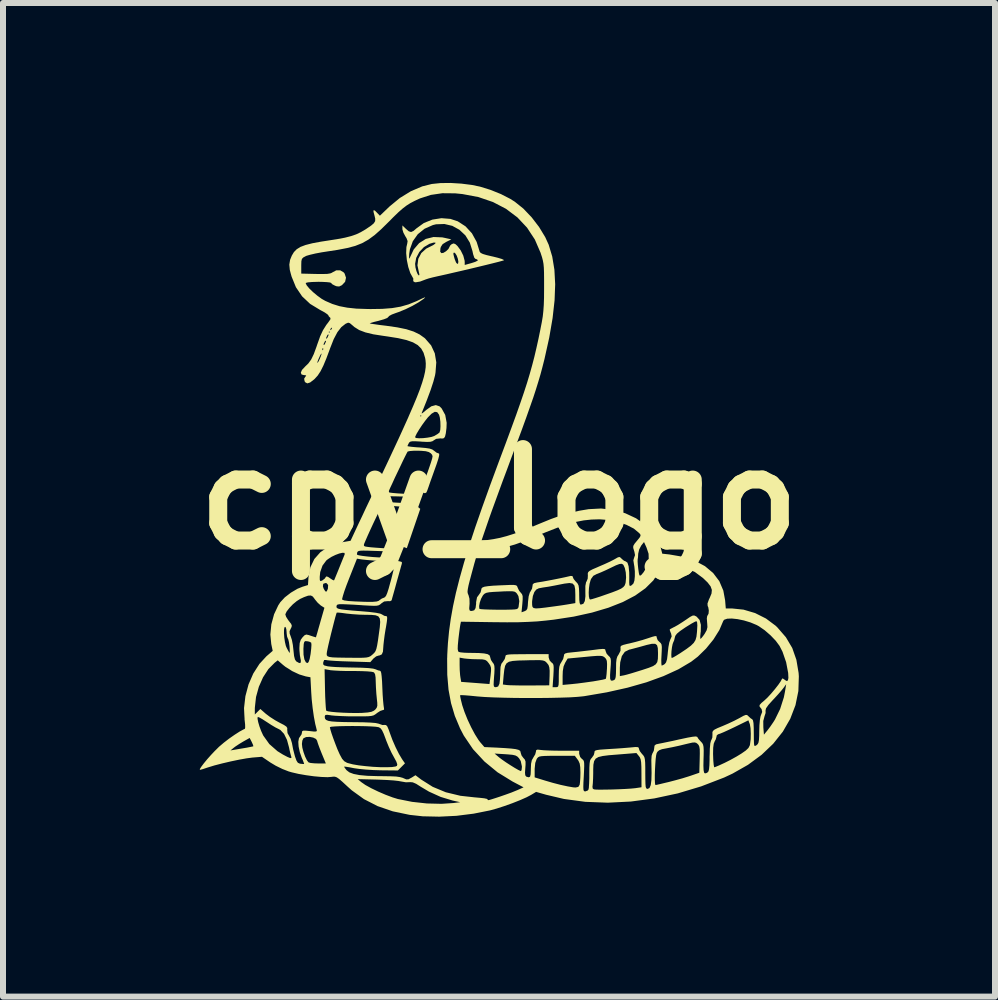
<source format=kicad_pcb>
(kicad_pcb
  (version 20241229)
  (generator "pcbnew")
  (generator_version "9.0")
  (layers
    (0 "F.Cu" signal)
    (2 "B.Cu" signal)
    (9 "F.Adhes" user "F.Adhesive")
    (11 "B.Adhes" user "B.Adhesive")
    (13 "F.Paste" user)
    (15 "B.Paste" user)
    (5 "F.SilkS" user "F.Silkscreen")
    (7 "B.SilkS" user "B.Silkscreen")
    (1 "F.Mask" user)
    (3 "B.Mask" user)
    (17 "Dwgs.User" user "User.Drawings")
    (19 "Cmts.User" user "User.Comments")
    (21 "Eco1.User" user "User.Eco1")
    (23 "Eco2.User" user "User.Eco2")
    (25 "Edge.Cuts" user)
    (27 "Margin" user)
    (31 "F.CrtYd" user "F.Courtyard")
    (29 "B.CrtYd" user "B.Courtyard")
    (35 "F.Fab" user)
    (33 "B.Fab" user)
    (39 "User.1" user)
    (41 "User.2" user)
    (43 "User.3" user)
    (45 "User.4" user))
  (footprint "cpy_logo"
    (layer "F.Cu")
    (at 5.269 5.271)
    (property "Reference" "cpy_logo" (at 0 0 0) (layer "F.SilkS") (effects (font (size 1.524 1.524) (thickness 0.3))))
    (attr board_only exclude_from_pos_files exclude_from_bom)
    (fp_poly (pts (xy -0.811 -4.672) (xy -0.689 -4.632) (xy -0.559 -4.548) (xy -0.452 -4.432) (xy -0.373 -4.288) (xy -0.33 -4.149) (xy -0.322 -4.123) (xy -0.304 -4.104) (xy -0.269 -4.087) (xy -0.209 -4.069) (xy -0.116 -4.047) (xy -0.105 -4.045) (xy -0.017 -4.023) (xy 0.046 -4.004) (xy 0.079 -3.988) (xy 0.081 -3.981) (xy 0.053 -3.973) (xy -0.009 -3.956) (xy -0.1 -3.933) (xy -0.213 -3.905) (xy -0.341 -3.874) (xy -0.478 -3.841) (xy -0.618 -3.808) (xy -0.753 -3.777) (xy -0.878 -3.748) (xy -0.986 -3.724) (xy -1.018 -3.717) (xy -1.101 -3.698) (xy -1.171 -3.68) (xy -1.216 -3.665) (xy -1.219 -3.664) (xy -1.317 -3.627) (xy -1.389 -3.615) (xy -1.405 -3.617) (xy -1.43 -3.633) (xy -1.43 -3.646) (xy -1.429 -3.679) (xy -1.437 -3.692) (xy -1.479 -3.768) (xy -1.513 -3.87) (xy -1.524 -3.923) (xy -1.399 -3.923) (xy -1.393 -3.863) (xy -1.377 -3.801) (xy -1.357 -3.752) (xy -1.337 -3.729) (xy -1.334 -3.728) (xy -1.327 -3.745) (xy -1.336 -3.783) (xy -1.36 -3.898) (xy -1.346 -4.007) (xy -1.304 -4.086) (xy -0.761 -4.086) (xy -0.751 -4.043) (xy -0.739 -4.001) (xy -0.717 -3.946) (xy -0.696 -3.921) (xy -0.682 -3.93) (xy -0.678 -3.96) (xy -0.687 -4.009) (xy -0.706 -4.061) (xy -0.73 -4.099) (xy -0.745 -4.11) (xy -0.759 -4.106) (xy -0.761 -4.086) (xy -1.304 -4.086) (xy -1.296 -4.102) (xy -1.214 -4.176) (xy -1.165 -4.201) (xy -1.097 -4.235) (xy -1.062 -4.261) (xy -1.06 -4.277) (xy -1.092 -4.277) (xy -1.158 -4.257) (xy -1.159 -4.257) (xy -1.252 -4.202) (xy -1.329 -4.12) (xy -1.381 -4.022) (xy -1.399 -3.923) (xy -1.524 -3.923) (xy -1.537 -3.986) (xy -1.541 -4.029) (xy -1.5 -4.029) (xy -1.497 -4.007) (xy -1.487 -4.025) (xy -1.487 -4.025) (xy -1.422 -4.163) (xy -1.332 -4.268) (xy -1.221 -4.338) (xy -1.092 -4.37) (xy -0.947 -4.364) (xy -0.912 -4.357) (xy -0.795 -4.331) (xy -0.879 -4.289) (xy -0.94 -4.251) (xy -0.97 -4.205) (xy -0.977 -4.18) (xy -0.981 -4.125) (xy -0.961 -4.101) (xy -0.961 -4.101) (xy -0.927 -4.106) (xy -0.883 -4.133) (xy -0.844 -4.17) (xy -0.827 -4.203) (xy -0.827 -4.204) (xy -0.811 -4.232) (xy -0.787 -4.252) (xy -0.755 -4.263) (xy -0.724 -4.249) (xy -0.693 -4.22) (xy -0.639 -4.147) (xy -0.596 -4.06) (xy -0.574 -3.977) (xy -0.572 -3.954) (xy -0.572 -3.904) (xy -0.457 -3.936) (xy -0.396 -3.956) (xy -0.359 -3.975) (xy -0.352 -3.986) (xy -0.381 -4.003) (xy -0.391 -4.004) (xy -0.412 -4.024) (xy -0.432 -4.084) (xy -0.443 -4.136) (xy -0.487 -4.277) (xy -0.561 -4.397) (xy -0.661 -4.491) (xy -0.779 -4.556) (xy -0.911 -4.587) (xy -1.05 -4.582) (xy -1.103 -4.569) (xy -1.241 -4.508) (xy -1.354 -4.417) (xy -1.437 -4.3) (xy -1.486 -4.164) (xy -1.497 -4.091) (xy -1.5 -4.029) (xy -1.541 -4.029) (xy -1.548 -4.101) (xy -1.544 -4.202) (xy -1.531 -4.257) (xy -1.524 -4.302) (xy -1.542 -4.35) (xy -1.562 -4.382) (xy -1.594 -4.442) (xy -1.611 -4.498) (xy -1.611 -4.509) (xy -1.611 -4.563) (xy -1.552 -4.506) (xy -1.504 -4.465) (xy -1.466 -4.453) (xy -1.425 -4.472) (xy -1.375 -4.515) (xy -1.252 -4.604) (xy -1.111 -4.66) (xy -0.96 -4.684)) (stroke (width 0) (type solid)) (fill yes) (layer "F.SilkS"))
    (fp_poly (pts (xy -0.628 -5.26) (xy -0.454 -5.238) (xy -0.318 -5.21) (xy -0.143 -5.156) (xy 0.031 -5.086) (xy 0.187 -5.006) (xy 0.263 -4.958) (xy 0.406 -4.843) (xy 0.544 -4.698) (xy 0.668 -4.536) (xy 0.77 -4.368) (xy 0.828 -4.241) (xy 0.887 -4.044) (xy 0.923 -3.825) (xy 0.936 -3.583) (xy 0.926 -3.315) (xy 0.893 -3.019) (xy 0.837 -2.693) (xy 0.757 -2.333) (xy 0.751 -2.31) (xy 0.721 -2.192) (xy 0.69 -2.076) (xy 0.655 -1.958) (xy 0.616 -1.832) (xy 0.571 -1.694) (xy 0.517 -1.54) (xy 0.455 -1.364) (xy 0.382 -1.163) (xy 0.296 -0.931) (xy 0.201 -0.678) (xy 0.132 -0.491) (xy 0.062 -0.305) (xy -0.004 -0.124) (xy -0.065 0.043) (xy -0.119 0.191) (xy -0.162 0.312) (xy -0.191 0.396) (xy -0.294 0.696) (xy -0.216 0.685) (xy -0.095 0.667) (xy 0.017 0.645) (xy 0.127 0.616) (xy 0.244 0.579) (xy 0.376 0.531) (xy 0.532 0.469) (xy 0.671 0.411) (xy 0.864 0.332) (xy 1.032 0.272) (xy 1.186 0.227) (xy 1.339 0.193) (xy 1.494 0.167) (xy 1.702 0.156) (xy 1.908 0.18) (xy 2.104 0.235) (xy 2.284 0.319) (xy 2.442 0.431) (xy 2.57 0.566) (xy 2.577 0.575) (xy 2.628 0.655) (xy 2.671 0.74) (xy 2.694 0.803) (xy 2.721 0.909) (xy 2.84 0.922) (xy 3.066 0.961) (xy 3.265 1.027) (xy 3.433 1.117) (xy 3.569 1.231) (xy 3.672 1.367) (xy 3.739 1.524) (xy 3.769 1.687) (xy 3.78 1.822) (xy 3.882 1.822) (xy 4.076 1.842) (xy 4.269 1.899) (xy 4.45 1.99) (xy 4.611 2.11) (xy 4.639 2.137) (xy 4.782 2.302) (xy 4.888 2.481) (xy 4.957 2.678) (xy 4.994 2.897) (xy 4.998 2.955) (xy 4.99 3.199) (xy 4.942 3.434) (xy 4.855 3.661) (xy 4.731 3.876) (xy 4.571 4.077) (xy 4.377 4.262) (xy 4.15 4.429) (xy 3.893 4.575) (xy 3.752 4.641) (xy 3.37 4.788) (xy 2.98 4.905) (xy 2.588 4.989) (xy 2.197 5.041) (xy 1.813 5.06) (xy 1.44 5.046) (xy 1.083 4.998) (xy 0.786 4.928) (xy 0.618 4.88) (xy 0.537 4.929) (xy 0.459 4.97) (xy 0.35 5.018) (xy 0.224 5.068) (xy 0.09 5.116) (xy -0.04 5.158) (xy -0.148 5.188) (xy -0.423 5.243) (xy -0.71 5.279) (xy -0.997 5.293) (xy -1.272 5.287) (xy -1.49 5.263) (xy -1.772 5.204) (xy -2.025 5.117) (xy -2.251 5.001) (xy -2.455 4.854) (xy -2.532 4.785) (xy -2.61 4.713) (xy -2.663 4.667) (xy -2.357 4.667) (xy -2.297 4.717) (xy -2.228 4.765) (xy -2.13 4.819) (xy -2.014 4.875) (xy -1.891 4.928) (xy -1.774 4.972) (xy -1.686 4.999) (xy -1.45 5.046) (xy -1.203 5.073) (xy -0.958 5.079) (xy -0.763 5.066) (xy -0.647 5.052) (xy -0.774 5.024) (xy -0.972 4.964) (xy -1.167 4.876) (xy -1.305 4.794) (xy -1.382 4.745) (xy -1.438 4.721) (xy -1.482 4.717) (xy -1.492 4.718) (xy -1.553 4.72) (xy -1.623 4.708) (xy -1.629 4.707) (xy -1.678 4.698) (xy -1.759 4.689) (xy -1.863 4.682) (xy -1.98 4.677) (xy -2.032 4.675) (xy -2.357 4.667) (xy -2.663 4.667) (xy -2.665 4.665) (xy -2.704 4.638) (xy -2.735 4.627) (xy -2.766 4.626) (xy -2.784 4.629) (xy -2.858 4.635) (xy -2.962 4.631) (xy -3.085 4.62) (xy -3.216 4.602) (xy -3.343 4.58) (xy -3.455 4.554) (xy -3.507 4.539) (xy -3.612 4.498) (xy -3.722 4.444) (xy -3.814 4.389) (xy -3.815 4.388) (xy -3.952 4.295) (xy -4.113 4.308) (xy -4.209 4.321) (xy -4.333 4.343) (xy -4.472 4.372) (xy -4.613 4.405) (xy -4.744 4.439) (xy -4.852 4.472) (xy -4.874 4.479) (xy -4.933 4.499) (xy -4.977 4.511) (xy -4.987 4.512) (xy -4.987 4.498) (xy -4.963 4.46) (xy -4.921 4.404) (xy -4.865 4.336) (xy -4.8 4.263) (xy -4.732 4.191) (xy -4.729 4.189) (xy -4.477 4.189) (xy -4.29 4.157) (xy -4.206 4.143) (xy -4.14 4.13) (xy -4.102 4.122) (xy -4.096 4.12) (xy -4.1 4.099) (xy -4.119 4.056) (xy -4.123 4.047) (xy -4.157 3.981) (xy -4.259 4.038) (xy -4.329 4.08) (xy -4.394 4.123) (xy -4.419 4.142) (xy -4.477 4.189) (xy -4.729 4.189) (xy -4.666 4.126) (xy -4.662 4.123) (xy -4.588 4.06) (xy -4.5 3.992) (xy -4.408 3.928) (xy -4.324 3.874) (xy -4.256 3.837) (xy -4.237 3.829) (xy -4.232 3.807) (xy -4.233 3.755) (xy -4.241 3.682) (xy -4.242 3.677) (xy -4.242 3.66) (xy -4.026 3.66) (xy -4.015 3.716) (xy -3.994 3.788) (xy -3.966 3.864) (xy -3.934 3.934) (xy -3.929 3.943) (xy -3.829 4.083) (xy -3.693 4.202) (xy -3.604 4.257) (xy -3.528 4.297) (xy -3.482 4.316) (xy -3.462 4.315) (xy -3.462 4.295) (xy -3.466 4.285) (xy -3.478 4.242) (xy -3.493 4.178) (xy -3.5 4.142) (xy -3.535 4.013) (xy -3.584 3.913) (xy -3.645 3.848) (xy -3.674 3.832) (xy -3.726 3.806) (xy -3.797 3.764) (xy -3.872 3.715) (xy -3.877 3.712) (xy -3.942 3.67) (xy -3.993 3.641) (xy -4.021 3.63) (xy -4.023 3.631) (xy -4.026 3.66) (xy -4.242 3.66) (xy -4.246 3.59) (xy -4.071 3.59) (xy -3.979 3.498) (xy -3.888 3.578) (xy -3.819 3.63) (xy -3.732 3.686) (xy -3.658 3.727) (xy -3.586 3.764) (xy -3.546 3.791) (xy -3.53 3.815) (xy -3.531 3.842) (xy -3.526 3.9) (xy -3.503 3.941) (xy -3.474 3.995) (xy -3.452 4.067) (xy -3.448 4.089) (xy -3.433 4.168) (xy -3.41 4.258) (xy -3.4 4.294) (xy -3.376 4.36) (xy -3.353 4.395) (xy -3.321 4.409) (xy -3.31 4.411) (xy -3.267 4.415) (xy -3.249 4.415) (xy -3.254 4.397) (xy -3.271 4.351) (xy -3.288 4.313) (xy -3.321 4.219) (xy -3.341 4.125) (xy -3.344 4.082) (xy -3.286 4.082) (xy -3.279 4.143) (xy -3.259 4.218) (xy -3.232 4.293) (xy -3.202 4.354) (xy -3.176 4.388) (xy -3.176 4.388) (xy -3.141 4.398) (xy -3.079 4.404) (xy -3.018 4.406) (xy -2.887 4.406) (xy -2.959 4.232) (xy -2.991 4.151) (xy -3.016 4.083) (xy -3.03 4.04) (xy -3.031 4.031) (xy -3.051 3.998) (xy -3.097 3.975) (xy -3.157 3.963) (xy -3.216 3.966) (xy -3.26 3.986) (xy -3.261 3.987) (xy -3.279 4.025) (xy -3.286 4.081) (xy -3.286 4.082) (xy -3.344 4.082) (xy -3.346 4.044) (xy -3.335 3.984) (xy -3.321 3.964) (xy -3.292 3.921) (xy -3.286 3.893) (xy -3.283 3.871) (xy -3.266 3.86) (xy -3.226 3.859) (xy -3.157 3.866) (xy -3.086 3.874) (xy -3.049 3.873) (xy -3.037 3.863) (xy -3.04 3.842) (xy -3.041 3.84) (xy -3.05 3.802) (xy -2.82 3.802) (xy -2.812 3.839) (xy -2.792 3.905) (xy -2.763 3.988) (xy -2.729 4.079) (xy -2.695 4.167) (xy -2.662 4.241) (xy -2.654 4.258) (xy -2.616 4.328) (xy -2.58 4.369) (xy -2.534 4.395) (xy -2.515 4.401) (xy -2.437 4.421) (xy -2.337 4.438) (xy -2.222 4.451) (xy -2.101 4.462) (xy -1.983 4.468) (xy -1.875 4.469) (xy -1.786 4.466) (xy -1.725 4.457) (xy -1.702 4.446) (xy -1.696 4.421) (xy -1.712 4.375) (xy -1.751 4.303) (xy -1.793 4.226) (xy -1.839 4.126) (xy -1.881 4.023) (xy -1.889 4) (xy -1.923 3.91) (xy -1.95 3.853) (xy -1.975 3.82) (xy -2.003 3.803) (xy -2.011 3.801) (xy -2.055 3.794) (xy -2.128 3.789) (xy -2.223 3.785) (xy -2.331 3.783) (xy -2.444 3.782) (xy -2.555 3.783) (xy -2.656 3.785) (xy -2.739 3.789) (xy -2.796 3.794) (xy -2.82 3.801) (xy -2.82 3.802) (xy -3.05 3.802) (xy -3.064 3.747) (xy -3.087 3.624) (xy -3.107 3.483) (xy -3.123 3.336) (xy -3.131 3.216) (xy -3.144 2.969) (xy -3.221 2.955) (xy -3.33 2.922) (xy -3.449 2.866) (xy -3.498 2.834) (xy -2.908 2.834) (xy -2.901 3.174) (xy -2.898 3.29) (xy -2.893 3.39) (xy -2.888 3.469) (xy -2.883 3.516) (xy -2.879 3.528) (xy -2.85 3.537) (xy -2.788 3.546) (xy -2.701 3.554) (xy -2.599 3.56) (xy -2.492 3.564) (xy -2.387 3.565) (xy -2.294 3.564) (xy -2.279 3.563) (xy -2.187 3.556) (xy -2.127 3.545) (xy -2.087 3.527) (xy -2.064 3.509) (xy -2.04 3.479) (xy -2.029 3.445) (xy -2.03 3.393) (xy -2.036 3.337) (xy -2.045 3.245) (xy -2.052 3.138) (xy -2.055 3.057) (xy -2.058 2.972) (xy -2.066 2.921) (xy -2.081 2.893) (xy -2.094 2.884) (xy -2.128 2.877) (xy -2.195 2.871) (xy -2.287 2.867) (xy -2.395 2.865) (xy -2.428 2.865) (xy -2.545 2.865) (xy -2.654 2.862) (xy -2.746 2.857) (xy -2.809 2.852) (xy -2.816 2.85) (xy -2.908 2.834) (xy -3.498 2.834) (xy -3.561 2.795) (xy -3.6 2.764) (xy -3.689 2.687) (xy -3.741 2.728) (xy -3.845 2.833) (xy -3.934 2.97) (xy -4.004 3.128) (xy -4.051 3.298) (xy -4.07 3.47) (xy -4.071 3.492) (xy -4.071 3.59) (xy -4.246 3.59) (xy -4.251 3.483) (xy -4.228 3.284) (xy -4.176 3.089) (xy -4.097 2.907) (xy -3.994 2.746) (xy -3.878 2.62) (xy -3.773 2.529) (xy -3.797 2.415) (xy -3.812 2.257) (xy -3.81 2.236) (xy -3.585 2.236) (xy -3.58 2.308) (xy -3.569 2.381) (xy -3.554 2.445) (xy -3.54 2.479) (xy -3.513 2.53) (xy -3.494 2.56) (xy -3.49 2.563) (xy -3.488 2.544) (xy -3.49 2.495) (xy -3.493 2.452) (xy -3.502 2.385) (xy -3.514 2.336) (xy -3.522 2.321) (xy -3.534 2.288) (xy -3.541 2.232) (xy -3.541 2.221) (xy -3.546 2.166) (xy -3.559 2.132) (xy -3.562 2.129) (xy -3.577 2.137) (xy -3.584 2.176) (xy -3.585 2.236) (xy -3.81 2.236) (xy -3.796 2.087) (xy -3.751 1.923) (xy -3.562 1.923) (xy -3.549 1.962) (xy -3.516 2.014) (xy -3.502 2.033) (xy -3.465 2.08) (xy -3.454 2.112) (xy -3.464 2.144) (xy -3.473 2.16) (xy -3.492 2.202) (xy -3.49 2.241) (xy -3.472 2.289) (xy -3.453 2.347) (xy -3.437 2.43) (xy -3.427 2.52) (xy -3.427 2.521) (xy -3.417 2.614) (xy -3.402 2.673) (xy -3.38 2.705) (xy -3.378 2.706) (xy -3.33 2.733) (xy -3.305 2.725) (xy -3.304 2.683) (xy -3.309 2.664) (xy -3.32 2.602) (xy -3.327 2.522) (xy -3.328 2.491) (xy -3.261 2.491) (xy -3.259 2.593) (xy -3.245 2.671) (xy -3.22 2.72) (xy -3.194 2.733) (xy -3.175 2.716) (xy -3.157 2.665) (xy -3.141 2.579) (xy -2.873 2.579) (xy -2.871 2.603) (xy -2.857 2.62) (xy -2.826 2.631) (xy -2.773 2.638) (xy -2.692 2.641) (xy -2.578 2.643) (xy -2.47 2.644) (xy -2.352 2.645) (xy -2.269 2.644) (xy -2.212 2.64) (xy -2.174 2.632) (xy -2.145 2.619) (xy -2.119 2.599) (xy -2.108 2.589) (xy -2.08 2.563) (xy -2.06 2.535) (xy -2.045 2.496) (xy -2.032 2.439) (xy -2.018 2.355) (xy -2.005 2.26) (xy -1.988 2.136) (xy -1.981 2.047) (xy -1.988 1.989) (xy -2.013 1.953) (xy -2.059 1.936) (xy -2.131 1.929) (xy -2.226 1.928) (xy -2.334 1.925) (xy -2.449 1.917) (xy -2.547 1.907) (xy -2.553 1.906) (xy -2.626 1.896) (xy -2.681 1.891) (xy -2.706 1.892) (xy -2.706 1.892) (xy -2.714 1.915) (xy -2.73 1.97) (xy -2.751 2.05) (xy -2.775 2.145) (xy -2.801 2.247) (xy -2.825 2.347) (xy -2.846 2.436) (xy -2.861 2.506) (xy -2.869 2.546) (xy -2.873 2.579) (xy -3.141 2.579) (xy -3.141 2.575) (xy -3.14 2.57) (xy -3.131 2.491) (xy -3.127 2.428) (xy -3.131 2.393) (xy -3.133 2.391) (xy -3.165 2.375) (xy -3.202 2.368) (xy -3.231 2.367) (xy -3.247 2.38) (xy -3.256 2.416) (xy -3.26 2.483) (xy -3.261 2.491) (xy -3.328 2.491) (xy -3.328 2.479) (xy -3.323 2.399) (xy -3.305 2.344) (xy -3.276 2.304) (xy -3.242 2.269) (xy -3.213 2.257) (xy -3.171 2.266) (xy -3.139 2.277) (xy -3.087 2.294) (xy -3.055 2.303) (xy -3.052 2.303) (xy -3.046 2.282) (xy -3.03 2.229) (xy -3.008 2.15) (xy -2.981 2.056) (xy -2.981 2.055) (xy -2.911 1.811) (xy -2.971 1.773) (xy -3.023 1.727) (xy -3.071 1.669) (xy -3.074 1.663) (xy -3.077 1.66) (xy -2.615 1.66) (xy -2.615 1.675) (xy -2.582 1.688) (xy -2.512 1.698) (xy -2.402 1.705) (xy -2.251 1.711) (xy -2.202 1.712) (xy -2.103 1.712) (xy -2.038 1.706) (xy -2.002 1.693) (xy -1.995 1.686) (xy -1.954 1.657) (xy -1.923 1.645) (xy -1.902 1.634) (xy -1.883 1.61) (xy -1.864 1.565) (xy -1.841 1.494) (xy -1.812 1.388) (xy -1.807 1.372) (xy -1.781 1.272) (xy -1.76 1.185) (xy -1.745 1.121) (xy -1.738 1.088) (xy -1.738 1.087) (xy -1.744 1.07) (xy -1.765 1.057) (xy -1.808 1.047) (xy -1.879 1.039) (xy -1.983 1.031) (xy -2.025 1.028) (xy -2.123 1.021) (xy -2.213 1.013) (xy -2.28 1.006) (xy -2.302 1.003) (xy -2.368 0.992) (xy -2.5 1.325) (xy -2.543 1.436) (xy -2.578 1.533) (xy -2.602 1.61) (xy -2.615 1.66) (xy -3.077 1.66) (xy -3.104 1.624) (xy -3.137 1.606) (xy -3.183 1.609) (xy -3.25 1.633) (xy -3.315 1.663) (xy -3.373 1.7) (xy -3.437 1.753) (xy -3.495 1.814) (xy -3.54 1.872) (xy -3.561 1.916) (xy -3.562 1.923) (xy -3.751 1.923) (xy -3.751 1.921) (xy -3.68 1.77) (xy -3.646 1.718) (xy -3.571 1.637) (xy -3.47 1.559) (xy -3.36 1.494) (xy -3.273 1.459) (xy -3.256 1.454) (xy -2.936 1.454) (xy -2.923 1.492) (xy -2.896 1.537) (xy -2.874 1.54) (xy -2.856 1.501) (xy -2.853 1.493) (xy -2.849 1.432) (xy -2.873 1.402) (xy -2.894 1.398) (xy -2.931 1.412) (xy -2.936 1.454) (xy -3.256 1.454) (xy -3.185 1.432) (xy -3.176 1.296) (xy -2.989 1.296) (xy -2.988 1.348) (xy -2.978 1.366) (xy -2.954 1.359) (xy -2.946 1.355) (xy -2.906 1.325) (xy -2.891 1.302) (xy -2.876 1.287) (xy -2.847 1.298) (xy -2.818 1.318) (xy -2.777 1.345) (xy -2.752 1.355) (xy -2.751 1.354) (xy -2.745 1.343) (xy -2.733 1.314) (xy -2.712 1.263) (xy -2.68 1.185) (xy -2.637 1.078) (xy -2.579 0.935) (xy -2.572 0.916) (xy -2.577 0.896) (xy -2.61 0.894) (xy -2.663 0.906) (xy -2.727 0.93) (xy -2.793 0.962) (xy -2.853 1.001) (xy -2.88 1.023) (xy -2.943 1.108) (xy -2.981 1.215) (xy -2.989 1.296) (xy -3.176 1.296) (xy -3.175 1.293) (xy -3.145 1.135) (xy -3.078 0.997) (xy -2.978 0.884) (xy -2.846 0.795) (xy -2.781 0.77) (xy -2.253 0.77) (xy -2.248 0.781) (xy -2.232 0.789) (xy -2.198 0.795) (xy -2.142 0.802) (xy -2.057 0.809) (xy -1.938 0.817) (xy -1.862 0.822) (xy -1.814 0.817) (xy -1.79 0.803) (xy -1.763 0.781) (xy -1.712 0.753) (xy -1.691 0.744) (xy -1.655 0.728) (xy -1.629 0.709) (xy -1.606 0.681) (xy -1.583 0.635) (xy -1.556 0.566) (xy -1.521 0.464) (xy -1.514 0.444) (xy -1.48 0.344) (xy -1.454 0.257) (xy -1.437 0.191) (xy -1.431 0.156) (xy -1.431 0.154) (xy -1.459 0.137) (xy -1.525 0.127) (xy -1.574 0.125) (xy -1.671 0.122) (xy -1.775 0.114) (xy -1.827 0.108) (xy -1.948 0.093) (xy -2.097 0.406) (xy -2.147 0.514) (xy -2.191 0.611) (xy -2.225 0.689) (xy -2.247 0.741) (xy -2.252 0.757) (xy -2.253 0.77) (xy -2.781 0.77) (xy -2.685 0.734) (xy -2.602 0.716) (xy -2.475 0.694) (xy -2.37 0.469) (xy -2.333 0.39) (xy -2.281 0.281) (xy -2.219 0.148) (xy -2.148 -0.001) (xy -2.094 -0.116) (xy -1.845 -0.116) (xy -1.825 -0.11) (xy -1.77 -0.103) (xy -1.69 -0.096) (xy -1.591 -0.09) (xy -1.562 -0.089) (xy -1.471 -0.102) (xy -1.426 -0.127) (xy -1.377 -0.157) (xy -1.335 -0.169) (xy -1.309 -0.187) (xy -1.275 -0.241) (xy -1.235 -0.332) (xy -1.186 -0.462) (xy -1.135 -0.611) (xy -1.115 -0.677) (xy -1.108 -0.715) (xy -1.116 -0.74) (xy -1.137 -0.764) (xy -1.17 -0.785) (xy -1.221 -0.799) (xy -1.301 -0.806) (xy -1.342 -0.807) (xy -1.422 -0.807) (xy -1.486 -0.802) (xy -1.522 -0.794) (xy -1.524 -0.792) (xy -1.537 -0.769) (xy -1.564 -0.716) (xy -1.602 -0.639) (xy -1.645 -0.548) (xy -1.692 -0.45) (xy -1.739 -0.352) (xy -1.78 -0.261) (xy -1.815 -0.187) (xy -1.837 -0.136) (xy -1.845 -0.116) (xy -2.094 -0.116) (xy -2.073 -0.159) (xy -1.998 -0.319) (xy -1.989 -0.338) (xy -1.844 -0.644) (xy -1.718 -0.914) (xy -1.664 -1.03) (xy -1.399 -1.03) (xy -1.381 -1.019) (xy -1.332 -1.015) (xy -1.266 -1.017) (xy -1.194 -1.025) (xy -1.127 -1.037) (xy -1.079 -1.053) (xy -1.078 -1.054) (xy -1.027 -1.084) (xy -0.994 -1.109) (xy -0.992 -1.112) (xy -0.98 -1.151) (xy -0.976 -1.215) (xy -0.978 -1.291) (xy -0.987 -1.361) (xy -1 -1.408) (xy -1.031 -1.45) (xy -1.071 -1.456) (xy -1.124 -1.425) (xy -1.186 -1.363) (xy -1.232 -1.305) (xy -1.283 -1.235) (xy -1.331 -1.162) (xy -1.371 -1.096) (xy -1.395 -1.047) (xy -1.399 -1.03) (xy -1.664 -1.03) (xy -1.609 -1.151) (xy -1.515 -1.359) (xy -1.503 -1.388) (xy -1.315 -1.388) (xy -1.304 -1.377) (xy -1.293 -1.388) (xy -1.304 -1.398) (xy -1.315 -1.388) (xy -1.503 -1.388) (xy -1.437 -1.539) (xy -1.372 -1.695) (xy -1.32 -1.829) (xy -1.281 -1.943) (xy -1.252 -2.041) (xy -1.233 -2.125) (xy -1.223 -2.197) (xy -1.221 -2.261) (xy -1.226 -2.319) (xy -1.232 -2.353) (xy -1.258 -2.44) (xy -1.297 -2.51) (xy -1.355 -2.568) (xy -1.435 -2.614) (xy -1.543 -2.652) (xy -1.682 -2.684) (xy -1.858 -2.712) (xy -1.928 -2.722) (xy -2.096 -2.748) (xy -2.228 -2.78) (xy -2.331 -2.819) (xy -2.411 -2.869) (xy -2.444 -2.898) (xy -2.486 -2.933) (xy -2.515 -2.942) (xy -2.551 -2.927) (xy -2.559 -2.923) (xy -2.629 -2.868) (xy -2.694 -2.784) (xy -2.756 -2.667) (xy -2.817 -2.512) (xy -2.82 -2.503) (xy -2.878 -2.347) (xy -2.929 -2.225) (xy -2.976 -2.131) (xy -3.023 -2.06) (xy -3.073 -2.005) (xy -3.084 -1.995) (xy -3.149 -1.945) (xy -3.196 -1.93) (xy -3.23 -1.948) (xy -3.241 -1.965) (xy -3.249 -2.008) (xy -3.232 -2.035) (xy -3.214 -2.06) (xy -3.232 -2.067) (xy -3.249 -2.067) (xy -3.292 -2.078) (xy -3.304 -2.109) (xy -3.285 -2.154) (xy -3.236 -2.206) (xy -3.235 -2.208) (xy -3.179 -2.262) (xy -3.168 -2.277) (xy -3.029 -2.277) (xy -3.023 -2.274) (xy -3.007 -2.299) (xy -2.987 -2.341) (xy -2.969 -2.387) (xy -2.96 -2.415) (xy -2.96 -2.43) (xy -2.974 -2.41) (xy -2.988 -2.383) (xy -3.013 -2.327) (xy -3.028 -2.286) (xy -3.029 -2.277) (xy -3.168 -2.277) (xy -3.131 -2.329) (xy -3.088 -2.418) (xy -3.058 -2.5) (xy -2.947 -2.5) (xy -2.939 -2.482) (xy -2.933 -2.486) (xy -2.93 -2.511) (xy -2.933 -2.514) (xy -2.946 -2.511) (xy -2.947 -2.5) (xy -3.058 -2.5) (xy -3.044 -2.538) (xy -3.032 -2.574) (xy -2.925 -2.574) (xy -2.916 -2.57) (xy -2.905 -2.584) (xy -2.887 -2.623) (xy -2.884 -2.637) (xy -2.893 -2.641) (xy -2.905 -2.627) (xy -2.923 -2.588) (xy -2.925 -2.574) (xy -3.032 -2.574) (xy -2.994 -2.68) (xy -2.883 -2.68) (xy -2.874 -2.676) (xy -2.862 -2.69) (xy -2.844 -2.729) (xy -2.842 -2.743) (xy -2.85 -2.747) (xy -2.862 -2.733) (xy -2.88 -2.694) (xy -2.883 -2.68) (xy -2.994 -2.68) (xy -2.983 -2.712) (xy -2.949 -2.786) (xy -2.841 -2.786) (xy -2.83 -2.775) (xy -2.82 -2.786) (xy -2.83 -2.796) (xy -2.841 -2.786) (xy -2.949 -2.786) (xy -2.934 -2.818) (xy -2.933 -2.819) (xy -2.815 -2.819) (xy -2.812 -2.818) (xy -2.792 -2.832) (xy -2.788 -2.839) (xy -2.783 -2.859) (xy -2.786 -2.86) (xy -2.805 -2.845) (xy -2.809 -2.839) (xy -2.815 -2.819) (xy -2.933 -2.819) (xy -2.879 -2.905) (xy -2.848 -2.945) (xy -2.812 -2.996) (xy -2.81 -3.022) (xy -2.815 -3.024) (xy -2.839 -3.049) (xy -2.841 -3.058) (xy -2.859 -3.08) (xy -2.905 -3.112) (xy -2.971 -3.148) (xy -2.979 -3.152) (xy -3.149 -3.255) (xy -3.283 -3.381) (xy -3.386 -3.533) (xy -3.458 -3.71) (xy -3.472 -3.76) (xy -3.297 -3.76) (xy -3.056 -3.754) (xy -2.942 -3.753) (xy -2.864 -3.755) (xy -2.814 -3.763) (xy -2.784 -3.775) (xy -2.78 -3.779) (xy -2.714 -3.814) (xy -2.646 -3.814) (xy -2.588 -3.779) (xy -2.574 -3.76) (xy -2.551 -3.691) (xy -2.566 -3.623) (xy -2.618 -3.568) (xy -2.619 -3.567) (xy -2.665 -3.545) (xy -2.709 -3.549) (xy -2.735 -3.559) (xy -2.779 -3.582) (xy -2.799 -3.603) (xy -2.799 -3.604) (xy -2.818 -3.612) (xy -2.871 -3.618) (xy -2.949 -3.622) (xy -3.011 -3.623) (xy -3.115 -3.62) (xy -3.186 -3.614) (xy -3.22 -3.605) (xy -3.223 -3.6) (xy -3.206 -3.564) (xy -3.163 -3.512) (xy -3.101 -3.452) (xy -3.029 -3.392) (xy -2.956 -3.339) (xy -2.896 -3.305) (xy -2.779 -3.254) (xy -2.66 -3.217) (xy -2.529 -3.192) (xy -2.378 -3.176) (xy -2.197 -3.17) (xy -2.141 -3.169) (xy -1.946 -3.172) (xy -1.782 -3.185) (xy -1.64 -3.209) (xy -1.508 -3.247) (xy -1.377 -3.3) (xy -1.341 -3.317) (xy -1.272 -3.35) (xy -1.237 -3.364) (xy -1.232 -3.361) (xy -1.253 -3.342) (xy -1.262 -3.335) (xy -1.341 -3.281) (xy -1.446 -3.221) (xy -1.561 -3.165) (xy -1.674 -3.119) (xy -1.723 -3.102) (xy -1.787 -3.078) (xy -1.831 -3.054) (xy -1.845 -3.038) (xy -1.864 -3.02) (xy -1.917 -2.999) (xy -1.994 -2.977) (xy -2.003 -2.974) (xy -2.077 -2.956) (xy -2.131 -2.94) (xy -2.154 -2.931) (xy -2.155 -2.93) (xy -2.132 -2.924) (xy -2.075 -2.916) (xy -1.993 -2.904) (xy -1.894 -2.892) (xy -1.885 -2.891) (xy -1.697 -2.864) (xy -1.546 -2.833) (xy -1.424 -2.794) (xy -1.325 -2.746) (xy -1.242 -2.687) (xy -1.231 -2.677) (xy -1.132 -2.563) (xy -1.071 -2.431) (xy -1.046 -2.28) (xy -1.059 -2.109) (xy -1.067 -2.063) (xy -1.095 -1.957) (xy -1.141 -1.817) (xy -1.206 -1.643) (xy -1.29 -1.434) (xy -1.291 -1.43) (xy -1.282 -1.431) (xy -1.25 -1.455) (xy -1.212 -1.488) (xy -1.128 -1.548) (xy -1.054 -1.568) (xy -0.991 -1.547) (xy -0.957 -1.513) (xy -0.897 -1.404) (xy -0.873 -1.273) (xy -0.876 -1.187) (xy -0.887 -1.098) (xy -0.9 -1.044) (xy -0.918 -1.017) (xy -0.947 -1.01) (xy -0.977 -1.013) (xy -1.049 -1.005) (xy -1.082 -0.984) (xy -1.109 -0.966) (xy -1.145 -0.956) (xy -1.2 -0.954) (xy -1.286 -0.958) (xy -1.304 -0.96) (xy -1.392 -0.965) (xy -1.448 -0.965) (xy -1.48 -0.958) (xy -1.499 -0.943) (xy -1.505 -0.932) (xy -1.522 -0.897) (xy -1.527 -0.884) (xy -1.507 -0.879) (xy -1.454 -0.872) (xy -1.377 -0.865) (xy -1.326 -0.862) (xy -1.225 -0.853) (xy -1.157 -0.843) (xy -1.113 -0.828) (xy -1.083 -0.807) (xy -1.082 -0.806) (xy -1.04 -0.774) (xy -1.007 -0.763) (xy -0.997 -0.754) (xy -0.999 -0.724) (xy -1.013 -0.668) (xy -1.041 -0.582) (xy -1.073 -0.493) (xy -1.111 -0.386) (xy -1.146 -0.289) (xy -1.173 -0.21) (xy -1.191 -0.16) (xy -1.192 -0.155) (xy -1.211 -0.111) (xy -1.234 -0.099) (xy -1.269 -0.109) (xy -1.315 -0.117) (xy -1.361 -0.099) (xy -1.384 -0.084) (xy -1.415 -0.064) (xy -1.448 -0.051) (xy -1.494 -0.044) (xy -1.56 -0.043) (xy -1.658 -0.045) (xy -1.687 -0.046) (xy -1.791 -0.048) (xy -1.861 -0.048) (xy -1.904 -0.044) (xy -1.929 -0.035) (xy -1.942 -0.019) (xy -1.948 -0.008) (xy -1.956 0.016) (xy -1.948 0.031) (xy -1.915 0.04) (xy -1.851 0.048) (xy -1.827 0.05) (xy -1.727 0.057) (xy -1.621 0.063) (xy -1.558 0.064) (xy -1.475 0.069) (xy -1.417 0.085) (xy -1.372 0.113) (xy -1.313 0.162) (xy -1.537 0.817) (xy -1.595 0.796) (xy -1.642 0.787) (xy -1.686 0.802) (xy -1.721 0.825) (xy -1.75 0.845) (xy -1.779 0.858) (xy -1.816 0.866) (xy -1.871 0.869) (xy -1.95 0.867) (xy -2.063 0.863) (xy -2.069 0.863) (xy -2.185 0.859) (xy -2.265 0.858) (xy -2.317 0.86) (xy -2.346 0.867) (xy -2.36 0.879) (xy -2.363 0.884) (xy -2.369 0.918) (xy -2.366 0.926) (xy -2.338 0.936) (xy -2.278 0.946) (xy -2.196 0.956) (xy -2.102 0.965) (xy -2.007 0.971) (xy -1.92 0.974) (xy -1.912 0.974) (xy -1.814 0.978) (xy -1.752 0.991) (xy -1.725 1.006) (xy -1.679 1.033) (xy -1.651 1.038) (xy -1.62 1.048) (xy -1.62 1.075) (xy -1.63 1.109) (xy -1.648 1.174) (xy -1.673 1.263) (xy -1.702 1.366) (xy -1.708 1.388) (xy -1.736 1.491) (xy -1.761 1.58) (xy -1.78 1.647) (xy -1.79 1.684) (xy -1.791 1.687) (xy -1.815 1.701) (xy -1.855 1.7) (xy -1.915 1.706) (xy -1.962 1.738) (xy -1.984 1.757) (xy -2.008 1.77) (xy -2.042 1.777) (xy -2.093 1.778) (xy -2.169 1.775) (xy -2.28 1.769) (xy -2.284 1.768) (xy -2.427 1.759) (xy -2.532 1.754) (xy -2.607 1.751) (xy -2.657 1.751) (xy -2.686 1.756) (xy -2.701 1.763) (xy -2.707 1.775) (xy -2.709 1.782) (xy -2.71 1.801) (xy -2.7 1.816) (xy -2.674 1.828) (xy -2.626 1.838) (xy -2.552 1.847) (xy -2.446 1.857) (xy -2.317 1.867) (xy -2.164 1.88) (xy -2.052 1.894) (xy -1.982 1.908) (xy -1.955 1.92) (xy -1.912 1.945) (xy -1.89 1.949) (xy -1.874 1.951) (xy -1.866 1.964) (xy -1.865 1.994) (xy -1.871 2.049) (xy -1.885 2.136) (xy -1.891 2.166) (xy -1.907 2.266) (xy -1.919 2.36) (xy -1.927 2.433) (xy -1.929 2.461) (xy -1.935 2.542) (xy -1.954 2.587) (xy -1.99 2.605) (xy -2.002 2.606) (xy -2.048 2.621) (xy -2.095 2.658) (xy -2.097 2.661) (xy -2.146 2.717) (xy -2.499 2.706) (xy -2.619 2.702) (xy -2.726 2.697) (xy -2.811 2.691) (xy -2.868 2.685) (xy -2.886 2.681) (xy -2.915 2.682) (xy -2.93 2.718) (xy -2.93 2.719) (xy -2.932 2.753) (xy -2.913 2.772) (xy -2.864 2.785) (xy -2.854 2.787) (xy -2.802 2.793) (xy -2.718 2.799) (xy -2.611 2.803) (xy -2.492 2.806) (xy -2.438 2.807) (xy -2.291 2.81) (xy -2.177 2.816) (xy -2.099 2.825) (xy -2.063 2.835) (xy -2.015 2.854) (xy -1.987 2.86) (xy -1.974 2.868) (xy -1.964 2.897) (xy -1.957 2.951) (xy -1.95 3.037) (xy -1.945 3.151) (xy -1.94 3.261) (xy -1.933 3.357) (xy -1.926 3.431) (xy -1.92 3.475) (xy -1.918 3.48) (xy -1.917 3.51) (xy -1.94 3.517) (xy -1.979 3.53) (xy -2.029 3.562) (xy -2.039 3.57) (xy -2.066 3.59) (xy -2.093 3.605) (xy -2.129 3.614) (xy -2.181 3.619) (xy -2.257 3.621) (xy -2.366 3.621) (xy -2.403 3.621) (xy -2.521 3.62) (xy -2.634 3.616) (xy -2.729 3.611) (xy -2.795 3.605) (xy -2.804 3.603) (xy -2.864 3.595) (xy -2.894 3.598) (xy -2.904 3.616) (xy -2.905 3.634) (xy -2.9 3.661) (xy -2.882 3.681) (xy -2.846 3.696) (xy -2.787 3.706) (xy -2.701 3.712) (xy -2.582 3.716) (xy -2.426 3.718) (xy -2.417 3.718) (xy -2.259 3.72) (xy -2.14 3.725) (xy -2.057 3.732) (xy -2.007 3.743) (xy -1.996 3.747) (xy -1.944 3.765) (xy -1.907 3.764) (xy -1.884 3.766) (xy -1.863 3.788) (xy -1.841 3.839) (xy -1.821 3.895) (xy -1.778 4.012) (xy -1.725 4.134) (xy -1.668 4.248) (xy -1.615 4.337) (xy -1.608 4.347) (xy -1.568 4.404) (xy -1.686 4.523) (xy -1.972 4.52) (xy -2.096 4.516) (xy -2.221 4.508) (xy -2.333 4.497) (xy -2.417 4.485) (xy -2.493 4.47) (xy -2.552 4.461) (xy -2.581 4.458) (xy -2.582 4.459) (xy -2.574 4.477) (xy -2.546 4.513) (xy -2.54 4.52) (xy -2.494 4.555) (xy -2.424 4.581) (xy -2.326 4.6) (xy -2.195 4.612) (xy -2.028 4.617) (xy -1.938 4.618) (xy -1.809 4.62) (xy -1.715 4.624) (xy -1.649 4.634) (xy -1.602 4.647) (xy -1.593 4.652) (xy -1.545 4.672) (xy -1.509 4.67) (xy -1.463 4.645) (xy -1.46 4.644) (xy -1.393 4.602) (xy -1.297 4.675) (xy -1.105 4.796) (xy -0.888 4.886) (xy -0.644 4.945) (xy -0.408 4.971) (xy -0.318 4.979) (xy -0.246 4.987) (xy -0.201 4.997) (xy -0.191 5.003) (xy -0.19 5.013) (xy -0.183 5.018) (xy -0.163 5.015) (xy -0.122 5.003) (xy -0.053 4.981) (xy 0.014 4.959) (xy 0.112 4.925) (xy 0.209 4.89) (xy 0.287 4.858) (xy 0.305 4.851) (xy 0.409 4.804) (xy 0.225 4.707) (xy 0.113 4.638) (xy 0.594 4.638) (xy 0.769 4.692) (xy 0.899 4.73) (xy 1.027 4.763) (xy 1.143 4.788) (xy 1.235 4.804) (xy 1.275 4.807) (xy 1.322 4.797) (xy 1.344 4.761) (xy 1.35 4.717) (xy 1.355 4.645) (xy 1.357 4.561) (xy 1.357 4.559) (xy 1.354 4.47) (xy 1.345 4.409) (xy 1.325 4.363) (xy 1.311 4.342) (xy 1.264 4.279) (xy 0.963 4.279) (xy 0.845 4.279) (xy 0.761 4.281) (xy 0.706 4.285) (xy 0.671 4.292) (xy 0.65 4.304) (xy 0.634 4.322) (xy 0.628 4.331) (xy 0.604 4.397) (xy 0.594 4.494) (xy 0.594 4.511) (xy 0.594 4.638) (xy 0.113 4.638) (xy -0.024 4.554) (xy -0.244 4.373) (xy -0.366 4.241) (xy -0.074 4.241) (xy 0 4.304) (xy 0.049 4.341) (xy 0.115 4.387) (xy 0.189 4.435) (xy 0.26 4.479) (xy 0.321 4.514) (xy 0.359 4.532) (xy 0.366 4.533) (xy 0.376 4.515) (xy 0.381 4.468) (xy 0.381 4.454) (xy 0.362 4.366) (xy 0.333 4.319) (xy 0.306 4.291) (xy 0.273 4.273) (xy 0.224 4.262) (xy 0.147 4.255) (xy 0.106 4.252) (xy -0.074 4.241) (xy -0.366 4.241) (xy -0.433 4.169) (xy -0.587 3.942) (xy -0.65 3.821) (xy -0.737 3.613) (xy -0.8 3.401) (xy -0.825 3.268) (xy -0.648 3.268) (xy -0.647 3.291) (xy -0.636 3.344) (xy -0.618 3.416) (xy -0.614 3.433) (xy -0.576 3.547) (xy -0.525 3.674) (xy -0.465 3.802) (xy -0.402 3.92) (xy -0.342 4.015) (xy -0.313 4.053) (xy -0.244 4.133) (xy -0.042 4.142) (xy 0.099 4.15) (xy 0.204 4.158) (xy 0.277 4.167) (xy 0.324 4.179) (xy 0.35 4.194) (xy 0.36 4.215) (xy 0.36 4.225) (xy 0.376 4.274) (xy 0.405 4.313) (xy 0.43 4.341) (xy 0.442 4.375) (xy 0.442 4.43) (xy 0.438 4.484) (xy 0.433 4.559) (xy 0.437 4.602) (xy 0.451 4.623) (xy 0.459 4.627) (xy 0.495 4.637) (xy 0.517 4.627) (xy 0.527 4.589) (xy 0.53 4.519) (xy 0.53 4.5) (xy 0.534 4.411) (xy 0.547 4.351) (xy 0.572 4.307) (xy 0.572 4.306) (xy 0.603 4.255) (xy 0.615 4.21) (xy 0.62 4.183) (xy 0.644 4.175) (xy 0.694 4.181) (xy 0.746 4.186) (xy 0.829 4.19) (xy 0.932 4.193) (xy 1.044 4.194) (xy 1.055 4.194) (xy 1.336 4.194) (xy 1.336 4.246) (xy 1.353 4.299) (xy 1.381 4.33) (xy 1.4 4.345) (xy 1.413 4.365) (xy 1.419 4.398) (xy 1.42 4.45) (xy 1.417 4.531) (xy 1.413 4.617) (xy 1.407 4.725) (xy 1.405 4.797) (xy 1.407 4.841) (xy 1.414 4.863) (xy 1.426 4.871) (xy 1.439 4.872) (xy 1.479 4.857) (xy 1.492 4.839) (xy 1.498 4.805) (xy 1.498 4.795) (xy 1.557 4.795) (xy 1.563 4.826) (xy 1.583 4.838) (xy 1.619 4.842) (xy 1.689 4.843) (xy 1.781 4.842) (xy 1.888 4.84) (xy 2 4.836) (xy 2.108 4.831) (xy 2.201 4.825) (xy 2.272 4.818) (xy 2.285 4.816) (xy 2.375 4.803) (xy 2.374 4.568) (xy 2.373 4.461) (xy 2.369 4.387) (xy 2.361 4.338) (xy 2.347 4.304) (xy 2.331 4.282) (xy 2.29 4.232) (xy 1.968 4.258) (xy 1.83 4.269) (xy 1.728 4.282) (xy 1.657 4.299) (xy 1.611 4.326) (xy 1.585 4.367) (xy 1.573 4.427) (xy 1.57 4.509) (xy 1.57 4.569) (xy 1.568 4.658) (xy 1.564 4.734) (xy 1.559 4.784) (xy 1.557 4.795) (xy 1.498 4.795) (xy 1.502 4.739) (xy 1.505 4.651) (xy 1.505 4.577) (xy 1.506 4.474) (xy 1.51 4.404) (xy 1.517 4.359) (xy 1.53 4.331) (xy 1.548 4.311) (xy 1.58 4.265) (xy 1.59 4.226) (xy 1.592 4.206) (xy 1.604 4.192) (xy 1.633 4.183) (xy 1.685 4.176) (xy 1.769 4.17) (xy 1.829 4.166) (xy 1.942 4.159) (xy 2.055 4.151) (xy 2.153 4.143) (xy 2.2 4.139) (xy 2.273 4.132) (xy 2.313 4.134) (xy 2.33 4.145) (xy 2.332 4.161) (xy 2.346 4.199) (xy 2.381 4.245) (xy 2.385 4.249) (xy 2.407 4.274) (xy 2.422 4.299) (xy 2.431 4.335) (xy 2.436 4.39) (xy 2.438 4.471) (xy 2.438 4.566) (xy 2.439 4.676) (xy 2.441 4.75) (xy 2.445 4.796) (xy 2.454 4.82) (xy 2.467 4.829) (xy 2.479 4.83) (xy 2.508 4.815) (xy 2.529 4.767) (xy 2.54 4.685) (xy 2.54 4.678) (xy 2.597 4.678) (xy 2.6 4.736) (xy 2.606 4.765) (xy 2.608 4.766) (xy 2.632 4.762) (xy 2.687 4.749) (xy 2.766 4.73) (xy 2.83 4.715) (xy 2.941 4.686) (xy 3.057 4.654) (xy 3.157 4.623) (xy 3.191 4.612) (xy 3.339 4.561) (xy 3.345 4.339) (xy 3.347 4.238) (xy 3.346 4.17) (xy 3.339 4.126) (xy 3.327 4.099) (xy 3.311 4.081) (xy 3.288 4.063) (xy 3.263 4.056) (xy 3.224 4.058) (xy 3.162 4.072) (xy 3.103 4.086) (xy 3 4.111) (xy 2.889 4.135) (xy 2.796 4.153) (xy 2.717 4.168) (xy 2.67 4.186) (xy 2.642 4.21) (xy 2.628 4.233) (xy 2.619 4.27) (xy 2.611 4.335) (xy 2.605 4.417) (xy 2.6 4.508) (xy 2.597 4.598) (xy 2.597 4.678) (xy 2.54 4.678) (xy 2.543 4.566) (xy 2.541 4.459) (xy 2.539 4.349) (xy 2.544 4.277) (xy 2.557 4.238) (xy 2.56 4.234) (xy 2.58 4.194) (xy 2.587 4.149) (xy 2.592 4.109) (xy 2.617 4.088) (xy 2.666 4.077) (xy 2.717 4.067) (xy 2.798 4.05) (xy 2.9 4.029) (xy 3.01 4.004) (xy 3.021 4.002) (xy 3.142 3.976) (xy 3.226 3.961) (xy 3.278 3.956) (xy 3.303 3.962) (xy 3.305 3.965) (xy 3.325 3.997) (xy 3.362 4.039) (xy 3.365 4.042) (xy 3.387 4.066) (xy 3.401 4.092) (xy 3.409 4.129) (xy 3.412 4.185) (xy 3.411 4.27) (xy 3.409 4.334) (xy 3.407 4.444) (xy 3.41 4.517) (xy 3.418 4.558) (xy 3.433 4.572) (xy 3.458 4.566) (xy 3.477 4.555) (xy 3.492 4.537) (xy 3.501 4.5) (xy 3.507 4.437) (xy 3.51 4.341) (xy 3.51 4.292) (xy 3.512 4.246) (xy 3.568 4.246) (xy 3.569 4.276) (xy 3.572 4.36) (xy 3.578 4.426) (xy 3.585 4.464) (xy 3.589 4.47) (xy 3.615 4.461) (xy 3.668 4.439) (xy 3.739 4.406) (xy 3.759 4.397) (xy 3.856 4.348) (xy 3.959 4.291) (xy 4.041 4.241) (xy 4.114 4.19) (xy 4.158 4.148) (xy 4.18 4.106) (xy 4.184 4.088) (xy 4.195 4.004) (xy 4.197 3.909) (xy 4.193 3.819) (xy 4.181 3.75) (xy 4.177 3.741) (xy 4.157 3.687) (xy 3.92 3.803) (xy 3.827 3.847) (xy 3.746 3.884) (xy 3.686 3.909) (xy 3.655 3.919) (xy 3.654 3.919) (xy 3.63 3.937) (xy 3.626 3.957) (xy 3.614 4.003) (xy 3.595 4.038) (xy 3.579 4.078) (xy 3.57 4.145) (xy 3.568 4.246) (xy 3.512 4.246) (xy 3.514 4.16) (xy 3.522 4.07) (xy 3.535 4.022) (xy 3.539 4.017) (xy 3.556 3.974) (xy 3.558 3.919) (xy 3.557 3.887) (xy 3.566 3.864) (xy 3.592 3.842) (xy 3.642 3.817) (xy 3.725 3.783) (xy 3.822 3.741) (xy 3.92 3.695) (xy 4.001 3.653) (xy 4.012 3.647) (xy 4.075 3.612) (xy 4.113 3.597) (xy 4.136 3.599) (xy 4.156 3.617) (xy 4.16 3.621) (xy 4.197 3.655) (xy 4.22 3.669) (xy 4.233 3.687) (xy 4.242 3.733) (xy 4.246 3.813) (xy 4.247 3.905) (xy 4.248 4.005) (xy 4.25 4.069) (xy 4.254 4.103) (xy 4.263 4.115) (xy 4.279 4.11) (xy 4.292 4.102) (xy 4.312 4.084) (xy 4.325 4.058) (xy 4.333 4.014) (xy 4.337 3.944) (xy 4.338 3.863) (xy 4.341 3.768) (xy 4.347 3.698) (xy 4.405 3.698) (xy 4.406 3.803) (xy 4.416 3.926) (xy 4.475 3.854) (xy 4.521 3.793) (xy 4.573 3.717) (xy 4.6 3.674) (xy 4.686 3.498) (xy 4.748 3.304) (xy 4.767 3.208) (xy 4.787 3.085) (xy 4.742 3.147) (xy 4.707 3.191) (xy 4.652 3.254) (xy 4.588 3.324) (xy 4.564 3.349) (xy 4.491 3.43) (xy 4.451 3.487) (xy 4.443 3.522) (xy 4.443 3.523) (xy 4.444 3.565) (xy 4.426 3.618) (xy 4.426 3.618) (xy 4.405 3.698) (xy 4.347 3.698) (xy 4.348 3.685) (xy 4.358 3.626) (xy 4.364 3.607) (xy 4.387 3.547) (xy 4.377 3.5) (xy 4.356 3.474) (xy 4.341 3.451) (xy 4.346 3.429) (xy 4.375 3.397) (xy 4.418 3.361) (xy 4.472 3.311) (xy 4.535 3.243) (xy 4.599 3.167) (xy 4.656 3.094) (xy 4.698 3.033) (xy 4.713 3.003) (xy 4.727 2.987) (xy 4.751 3.003) (xy 4.791 3.031) (xy 4.815 3.024) (xy 4.824 2.98) (xy 4.82 2.897) (xy 4.82 2.897) (xy 4.786 2.718) (xy 4.726 2.544) (xy 4.676 2.446) (xy 4.613 2.361) (xy 4.526 2.27) (xy 4.428 2.185) (xy 4.331 2.118) (xy 4.294 2.098) (xy 4.191 2.055) (xy 4.082 2.022) (xy 3.976 2) (xy 3.881 1.99) (xy 3.804 1.993) (xy 3.754 2.01) (xy 3.739 2.028) (xy 3.673 2.182) (xy 3.574 2.34) (xy 3.451 2.491) (xy 3.313 2.626) (xy 3.202 2.711) (xy 2.991 2.836) (xy 2.742 2.95) (xy 2.458 3.053) (xy 2.142 3.143) (xy 1.798 3.22) (xy 1.429 3.283) (xy 1.399 3.287) (xy 1.307 3.296) (xy 1.18 3.304) (xy 1.024 3.309) (xy 0.848 3.313) (xy 0.659 3.315) (xy 0.463 3.315) (xy 0.268 3.314) (xy 0.081 3.31) (xy -0.091 3.305) (xy -0.24 3.298) (xy -0.359 3.289) (xy -0.378 3.287) (xy -0.479 3.277) (xy -0.563 3.27) (xy -0.622 3.267) (xy -0.648 3.267) (xy -0.648 3.268) (xy -0.825 3.268) (xy -0.842 3.176) (xy -0.863 2.929) (xy -0.865 2.653) (xy -0.864 2.642) (xy -0.657 2.642) (xy -0.657 2.767) (xy -0.655 2.851) (xy -0.649 2.932) (xy -0.644 2.969) (xy -0.631 3.046) (xy -0.395 3.064) (xy -0.159 3.082) (xy -0.141 2.941) (xy -0.133 2.862) (xy -0.134 2.811) (xy -0.146 2.773) (xy -0.172 2.734) (xy -0.201 2.699) (xy -0.231 2.68) (xy -0.276 2.671) (xy -0.349 2.669) (xy -0.359 2.669) (xy -0.447 2.667) (xy -0.53 2.661) (xy -0.578 2.656) (xy -0.657 2.642) (xy -0.864 2.642) (xy -0.863 2.595) (xy -0.858 2.499) (xy -0.689 2.499) (xy -0.682 2.534) (xy -0.673 2.546) (xy -0.641 2.554) (xy -0.578 2.56) (xy -0.496 2.563) (xy -0.464 2.563) (xy -0.337 2.565) (xy -0.248 2.572) (xy -0.19 2.584) (xy -0.158 2.604) (xy -0.148 2.631) (xy -0.148 2.633) (xy -0.134 2.681) (xy -0.108 2.721) (xy -0.088 2.747) (xy -0.078 2.778) (xy -0.075 2.827) (xy -0.078 2.902) (xy -0.082 2.95) (xy -0.088 3.039) (xy -0.09 3.093) (xy -0.085 3.122) (xy -0.072 3.133) (xy -0.051 3.135) (xy -0.015 3.123) (xy 0.001 3.09) (xy 0.064 3.09) (xy 0.132 3.099) (xy 0.178 3.102) (xy 0.256 3.104) (xy 0.358 3.106) (xy 0.473 3.106) (xy 0.519 3.106) (xy 0.837 3.104) (xy 0.843 2.945) (xy 0.844 2.859) (xy 0.838 2.804) (xy 0.825 2.765) (xy 0.8 2.733) (xy 0.78 2.712) (xy 0.759 2.698) (xy 0.729 2.689) (xy 0.683 2.684) (xy 0.613 2.684) (xy 0.511 2.685) (xy 0.452 2.687) (xy 0.322 2.69) (xy 0.229 2.697) (xy 0.165 2.711) (xy 0.125 2.737) (xy 0.101 2.779) (xy 0.088 2.841) (xy 0.078 2.928) (xy 0.077 2.938) (xy 0.064 3.09) (xy 0.001 3.09) (xy 0.006 3.08) (xy 0.008 3.069) (xy 0.015 3.01) (xy 0.02 2.931) (xy 0.021 2.878) (xy 0.025 2.797) (xy 0.039 2.745) (xy 0.064 2.712) (xy 0.095 2.665) (xy 0.106 2.627) (xy 0.108 2.611) (xy 0.118 2.6) (xy 0.141 2.593) (xy 0.184 2.588) (xy 0.252 2.586) (xy 0.352 2.585) (xy 0.466 2.584) (xy 0.827 2.584) (xy 0.827 2.636) (xy 0.844 2.689) (xy 0.872 2.72) (xy 0.894 2.738) (xy 0.907 2.762) (xy 0.911 2.8) (xy 0.91 2.864) (xy 0.906 2.944) (xy 0.893 3.135) (xy 0.945 3.135) (xy 0.97 3.133) (xy 0.985 3.123) (xy 0.992 3.097) (xy 1.06 3.097) (xy 1.214 3.083) (xy 1.309 3.073) (xy 1.424 3.058) (xy 1.539 3.042) (xy 1.568 3.038) (xy 1.655 3.023) (xy 1.726 3.01) (xy 1.77 2.999) (xy 1.78 2.995) (xy 1.786 2.97) (xy 1.793 2.914) (xy 1.798 2.839) (xy 1.799 2.832) (xy 1.801 2.749) (xy 1.797 2.697) (xy 1.784 2.664) (xy 1.764 2.641) (xy 1.744 2.626) (xy 1.72 2.616) (xy 1.684 2.612) (xy 1.629 2.613) (xy 1.546 2.619) (xy 1.433 2.63) (xy 1.144 2.657) (xy 1.102 2.728) (xy 1.076 2.789) (xy 1.063 2.867) (xy 1.06 2.948) (xy 1.06 3.097) (xy 0.992 3.097) (xy 0.993 3.094) (xy 0.996 3.04) (xy 0.996 2.953) (xy 0.998 2.858) (xy 1.005 2.794) (xy 1.019 2.75) (xy 1.039 2.717) (xy 1.069 2.664) (xy 1.081 2.615) (xy 1.085 2.589) (xy 1.102 2.573) (xy 1.142 2.562) (xy 1.215 2.554) (xy 1.224 2.553) (xy 1.313 2.544) (xy 1.424 2.531) (xy 1.538 2.518) (xy 1.57 2.514) (xy 1.663 2.502) (xy 1.723 2.497) (xy 1.756 2.498) (xy 1.771 2.508) (xy 1.775 2.525) (xy 1.776 2.531) (xy 1.794 2.576) (xy 1.825 2.611) (xy 1.847 2.632) (xy 1.86 2.657) (xy 1.865 2.696) (xy 1.863 2.759) (xy 1.857 2.839) (xy 1.851 2.933) (xy 1.852 2.991) (xy 1.862 3.02) (xy 1.882 3.027) (xy 1.916 3.017) (xy 1.917 3.016) (xy 1.934 3.002) (xy 1.944 2.968) (xy 1.946 2.95) (xy 2.014 2.95) (xy 2.083 2.937) (xy 2.131 2.925) (xy 2.208 2.903) (xy 2.302 2.874) (xy 2.389 2.847) (xy 2.495 2.812) (xy 2.568 2.783) (xy 2.613 2.753) (xy 2.638 2.716) (xy 2.648 2.663) (xy 2.65 2.589) (xy 2.65 2.561) (xy 2.647 2.483) (xy 2.634 2.434) (xy 2.603 2.411) (xy 2.549 2.411) (xy 2.464 2.43) (xy 2.414 2.444) (xy 2.324 2.469) (xy 2.241 2.491) (xy 2.18 2.507) (xy 2.169 2.509) (xy 2.097 2.545) (xy 2.047 2.616) (xy 2.02 2.721) (xy 2.014 2.811) (xy 2.014 2.95) (xy 1.946 2.95) (xy 1.949 2.907) (xy 1.951 2.824) (xy 1.952 2.73) (xy 1.959 2.666) (xy 1.973 2.622) (xy 1.994 2.589) (xy 2.025 2.528) (xy 2.026 2.487) (xy 2.024 2.463) (xy 2.036 2.445) (xy 2.071 2.43) (xy 2.137 2.413) (xy 2.175 2.405) (xy 2.28 2.379) (xy 2.395 2.347) (xy 2.482 2.319) (xy 2.558 2.294) (xy 2.601 2.283) (xy 2.622 2.284) (xy 2.629 2.298) (xy 2.629 2.309) (xy 2.645 2.351) (xy 2.675 2.381) (xy 2.696 2.4) (xy 2.709 2.424) (xy 2.714 2.465) (xy 2.712 2.532) (xy 2.709 2.594) (xy 2.705 2.675) (xy 2.706 2.738) (xy 2.71 2.772) (xy 2.712 2.775) (xy 2.739 2.764) (xy 2.764 2.748) (xy 2.785 2.72) (xy 2.801 2.668) (xy 2.81 2.593) (xy 2.872 2.593) (xy 2.874 2.636) (xy 2.88 2.648) (xy 2.906 2.637) (xy 2.956 2.608) (xy 3.02 2.568) (xy 3.023 2.566) (xy 3.126 2.497) (xy 3.198 2.443) (xy 3.246 2.396) (xy 3.275 2.349) (xy 3.291 2.293) (xy 3.299 2.222) (xy 3.301 2.198) (xy 3.306 2.105) (xy 3.302 2.052) (xy 3.29 2.034) (xy 3.29 2.034) (xy 3.263 2.045) (xy 3.21 2.074) (xy 3.14 2.117) (xy 3.102 2.141) (xy 3.019 2.198) (xy 2.966 2.242) (xy 2.939 2.278) (xy 2.931 2.304) (xy 2.919 2.355) (xy 2.906 2.383) (xy 2.894 2.415) (xy 2.883 2.469) (xy 2.875 2.533) (xy 2.872 2.593) (xy 2.81 2.593) (xy 2.811 2.585) (xy 2.814 2.552) (xy 2.824 2.465) (xy 2.838 2.39) (xy 2.855 2.34) (xy 2.858 2.335) (xy 2.878 2.288) (xy 2.868 2.239) (xy 2.864 2.231) (xy 2.848 2.19) (xy 2.846 2.171) (xy 2.867 2.159) (xy 2.911 2.136) (xy 2.926 2.129) (xy 2.983 2.097) (xy 3.057 2.05) (xy 3.12 2.008) (xy 3.184 1.964) (xy 3.225 1.942) (xy 3.253 1.939) (xy 3.28 1.951) (xy 3.294 1.959) (xy 3.343 2.013) (xy 3.365 2.095) (xy 3.363 2.208) (xy 3.36 2.225) (xy 3.354 2.285) (xy 3.355 2.323) (xy 3.358 2.33) (xy 3.376 2.314) (xy 3.408 2.273) (xy 3.427 2.246) (xy 3.461 2.186) (xy 3.474 2.134) (xy 3.47 2.066) (xy 3.469 2.057) (xy 3.464 1.987) (xy 3.471 1.945) (xy 3.477 1.939) (xy 3.493 1.908) (xy 3.497 1.856) (xy 3.488 1.802) (xy 3.478 1.781) (xy 3.475 1.74) (xy 3.5 1.67) (xy 3.512 1.646) (xy 3.542 1.574) (xy 3.548 1.513) (xy 3.527 1.454) (xy 3.477 1.389) (xy 3.4 1.315) (xy 3.264 1.214) (xy 3.109 1.147) (xy 2.93 1.112) (xy 2.882 1.107) (xy 2.722 1.096) (xy 2.665 1.212) (xy 2.572 1.355) (xy 2.44 1.486) (xy 2.27 1.607) (xy 2.064 1.715) (xy 1.823 1.81) (xy 1.55 1.891) (xy 1.246 1.958) (xy 0.913 2.009) (xy 0.782 2.024) (xy 0.637 2.038) (xy 0.487 2.046) (xy 0.323 2.052) (xy 0.134 2.053) (xy -0.088 2.051) (xy -0.089 2.051) (xy -0.635 2.043) (xy -0.646 2.097) (xy -0.653 2.142) (xy -0.663 2.216) (xy -0.674 2.305) (xy -0.678 2.34) (xy -0.687 2.437) (xy -0.689 2.499) (xy -0.858 2.499) (xy -0.852 2.4) (xy -0.833 2.201) (xy -0.805 1.998) (xy -0.767 1.785) (xy -0.718 1.559) (xy -0.712 1.536) (xy -0.525 1.536) (xy -0.523 1.564) (xy -0.516 1.585) (xy -0.509 1.599) (xy -0.493 1.66) (xy -0.491 1.744) (xy -0.492 1.757) (xy -0.497 1.82) (xy -0.492 1.852) (xy -0.475 1.863) (xy -0.455 1.864) (xy -0.414 1.853) (xy -0.391 1.816) (xy -0.387 1.783) (xy -0.332 1.783) (xy -0.329 1.823) (xy -0.325 1.829) (xy -0.3 1.834) (xy -0.24 1.838) (xy -0.154 1.841) (xy -0.049 1.843) (xy 0.001 1.843) (xy 0.122 1.843) (xy 0.207 1.841) (xy 0.263 1.838) (xy 0.297 1.832) (xy 0.314 1.821) (xy 0.323 1.805) (xy 0.326 1.795) (xy 0.338 1.7) (xy 0.323 1.616) (xy 0.299 1.575) (xy 0.28 1.555) (xy 0.258 1.542) (xy 0.222 1.536) (xy 0.167 1.535) (xy 0.082 1.537) (xy 0.016 1.541) (xy -0.09 1.546) (xy -0.162 1.552) (xy -0.209 1.561) (xy -0.238 1.574) (xy -0.259 1.593) (xy -0.271 1.608) (xy -0.299 1.66) (xy -0.321 1.723) (xy -0.332 1.783) (xy -0.387 1.783) (xy -0.382 1.746) (xy -0.382 1.717) (xy -0.367 1.637) (xy -0.339 1.599) (xy -0.307 1.553) (xy -0.297 1.513) (xy -0.293 1.49) (xy -0.277 1.473) (xy -0.244 1.46) (xy -0.188 1.451) (xy -0.104 1.443) (xy 0.014 1.437) (xy 0.09 1.434) (xy 0.185 1.43) (xy 0.246 1.43) (xy 0.282 1.436) (xy 0.299 1.447) (xy 0.308 1.467) (xy 0.31 1.474) (xy 0.335 1.527) (xy 0.362 1.559) (xy 0.383 1.584) (xy 0.394 1.617) (xy 0.394 1.671) (xy 0.389 1.741) (xy 0.375 1.886) (xy 0.426 1.868) (xy 0.454 1.853) (xy 0.471 1.827) (xy 0.479 1.779) (xy 0.483 1.718) (xy 0.551 1.718) (xy 0.552 1.765) (xy 0.558 1.797) (xy 0.577 1.815) (xy 0.615 1.822) (xy 0.679 1.818) (xy 0.776 1.807) (xy 0.827 1.8) (xy 0.932 1.786) (xy 1.046 1.77) (xy 1.129 1.757) (xy 1.272 1.733) (xy 1.272 1.594) (xy 1.269 1.5) (xy 1.257 1.44) (xy 1.227 1.407) (xy 1.174 1.398) (xy 1.091 1.408) (xy 1.024 1.421) (xy 0.924 1.441) (xy 0.826 1.459) (xy 0.746 1.471) (xy 0.732 1.473) (xy 0.663 1.486) (xy 0.621 1.507) (xy 0.591 1.545) (xy 0.588 1.55) (xy 0.564 1.615) (xy 0.552 1.698) (xy 0.551 1.718) (xy 0.483 1.718) (xy 0.483 1.714) (xy 0.494 1.62) (xy 0.513 1.557) (xy 0.523 1.542) (xy 0.55 1.492) (xy 0.557 1.453) (xy 0.562 1.42) (xy 0.584 1.401) (xy 0.635 1.389) (xy 0.655 1.386) (xy 0.72 1.376) (xy 0.808 1.36) (xy 0.908 1.341) (xy 1.008 1.321) (xy 1.098 1.302) (xy 1.164 1.287) (xy 1.193 1.28) (xy 1.224 1.282) (xy 1.23 1.298) (xy 1.244 1.331) (xy 1.279 1.374) (xy 1.283 1.377) (xy 1.31 1.407) (xy 1.326 1.44) (xy 1.333 1.49) (xy 1.336 1.566) (xy 1.336 1.593) (xy 1.338 1.68) (xy 1.344 1.732) (xy 1.356 1.756) (xy 1.365 1.758) (xy 1.406 1.744) (xy 1.43 1.699) (xy 1.44 1.619) (xy 1.439 1.559) (xy 1.495 1.559) (xy 1.498 1.623) (xy 1.508 1.664) (xy 1.519 1.673) (xy 1.548 1.667) (xy 1.608 1.649) (xy 1.689 1.623) (xy 1.763 1.597) (xy 1.886 1.554) (xy 1.974 1.52) (xy 2.035 1.492) (xy 2.073 1.465) (xy 2.095 1.438) (xy 2.107 1.405) (xy 2.111 1.386) (xy 2.118 1.306) (xy 2.113 1.222) (xy 2.097 1.148) (xy 2.074 1.097) (xy 2.064 1.087) (xy 2.04 1.077) (xy 2.005 1.082) (xy 1.949 1.103) (xy 1.868 1.142) (xy 1.783 1.183) (xy 1.702 1.219) (xy 1.641 1.244) (xy 1.631 1.247) (xy 1.572 1.278) (xy 1.534 1.33) (xy 1.526 1.351) (xy 1.509 1.412) (xy 1.499 1.485) (xy 1.495 1.559) (xy 1.439 1.559) (xy 1.439 1.55) (xy 1.439 1.447) (xy 1.451 1.385) (xy 1.46 1.37) (xy 1.478 1.326) (xy 1.481 1.271) (xy 1.479 1.24) (xy 1.487 1.216) (xy 1.511 1.195) (xy 1.558 1.17) (xy 1.635 1.137) (xy 1.664 1.124) (xy 1.757 1.084) (xy 1.844 1.044) (xy 1.911 1.01) (xy 1.931 0.999) (xy 1.98 0.971) (xy 2.008 0.964) (xy 2.031 0.979) (xy 2.046 0.996) (xy 2.084 1.027) (xy 2.112 1.038) (xy 2.141 1.059) (xy 2.16 1.119) (xy 2.17 1.22) (xy 2.171 1.309) (xy 2.17 1.388) (xy 2.173 1.431) (xy 2.181 1.447) (xy 2.198 1.443) (xy 2.213 1.433) (xy 2.241 1.405) (xy 2.257 1.357) (xy 2.264 1.285) (xy 2.264 1.202) (xy 2.256 1.123) (xy 2.25 1.089) (xy 2.242 1.037) (xy 2.31 1.037) (xy 2.314 1.096) (xy 2.321 1.161) (xy 2.331 1.232) (xy 2.34 1.268) (xy 2.352 1.276) (xy 2.372 1.263) (xy 2.377 1.258) (xy 2.41 1.218) (xy 2.447 1.157) (xy 2.459 1.134) (xy 2.496 1.022) (xy 2.493 0.91) (xy 2.459 0.808) (xy 2.417 0.715) (xy 2.37 0.774) (xy 2.336 0.839) (xy 2.32 0.909) (xy 2.317 0.966) (xy 2.311 1.004) (xy 2.311 1.006) (xy 2.31 1.037) (xy 2.242 1.037) (xy 2.239 1.019) (xy 2.253 0.973) (xy 2.267 0.933) (xy 2.257 0.879) (xy 2.251 0.859) (xy 2.237 0.813) (xy 2.238 0.78) (xy 2.26 0.742) (xy 2.299 0.695) (xy 2.341 0.644) (xy 2.359 0.612) (xy 2.356 0.589) (xy 2.337 0.566) (xy 2.247 0.491) (xy 2.124 0.428) (xy 1.979 0.378) (xy 1.822 0.347) (xy 1.675 0.336) (xy 1.541 0.34) (xy 1.412 0.354) (xy 1.279 0.38) (xy 1.135 0.42) (xy 0.973 0.476) (xy 0.785 0.549) (xy 0.668 0.598) (xy 0.554 0.646) (xy 0.44 0.691) (xy 0.338 0.73) (xy 0.262 0.757) (xy 0.254 0.759) (xy 0.171 0.783) (xy 0.067 0.808) (xy -0.046 0.831) (xy -0.154 0.85) (xy -0.246 0.864) (xy -0.308 0.869) (xy -0.329 0.872) (xy -0.347 0.888) (xy -0.365 0.923) (xy -0.386 0.984) (xy -0.413 1.077) (xy -0.421 1.107) (xy -0.46 1.251) (xy -0.489 1.36) (xy -0.509 1.44) (xy -0.52 1.497) (xy -0.525 1.536) (xy -0.712 1.536) (xy -0.657 1.319) (xy -0.584 1.059) (xy -0.498 0.777) (xy -0.397 0.47) (xy -0.28 0.134) (xy -0.148 -0.233) (xy 0.001 -0.636) (xy 0.005 -0.646) (xy 0.112 -0.932) (xy 0.205 -1.184) (xy 0.286 -1.406) (xy 0.355 -1.602) (xy 0.415 -1.778) (xy 0.467 -1.938) (xy 0.512 -2.088) (xy 0.552 -2.231) (xy 0.589 -2.373) (xy 0.623 -2.518) (xy 0.657 -2.671) (xy 0.691 -2.837) (xy 0.691 -2.839) (xy 0.713 -2.95) (xy 0.729 -3.046) (xy 0.739 -3.138) (xy 0.746 -3.237) (xy 0.75 -3.355) (xy 0.751 -3.503) (xy 0.751 -3.527) (xy 0.751 -3.669) (xy 0.75 -3.777) (xy 0.747 -3.859) (xy 0.741 -3.923) (xy 0.731 -3.978) (xy 0.717 -4.032) (xy 0.697 -4.093) (xy 0.694 -4.104) (xy 0.597 -4.328) (xy 0.467 -4.526) (xy 0.306 -4.697) (xy 0.116 -4.84) (xy -0.101 -4.953) (xy -0.344 -5.036) (xy -0.61 -5.086) (xy -0.731 -5.098) (xy -0.944 -5.1) (xy -1.136 -5.072) (xy -1.319 -5.013) (xy -1.407 -4.972) (xy -1.478 -4.935) (xy -1.541 -4.895) (xy -1.604 -4.847) (xy -1.675 -4.785) (xy -1.761 -4.702) (xy -1.834 -4.628) (xy -1.962 -4.502) (xy -2.073 -4.403) (xy -2.178 -4.326) (xy -2.283 -4.267) (xy -2.399 -4.221) (xy -2.533 -4.186) (xy -2.694 -4.155) (xy -2.838 -4.133) (xy -2.954 -4.115) (xy -3.061 -4.095) (xy -3.15 -4.074) (xy -3.209 -4.057) (xy -3.22 -4.052) (xy -3.263 -4.029) (xy -3.286 -4.005) (xy -3.295 -3.967) (xy -3.297 -3.902) (xy -3.297 -3.887) (xy -3.297 -3.76) (xy -3.472 -3.76) (xy -3.488 -3.822) (xy -3.496 -3.91) (xy -3.483 -3.99) (xy -3.454 -4.061) (xy -3.419 -4.119) (xy -3.373 -4.166) (xy -3.31 -4.205) (xy -3.225 -4.237) (xy -3.111 -4.266) (xy -2.965 -4.293) (xy -2.855 -4.31) (xy -2.695 -4.335) (xy -2.568 -4.359) (xy -2.467 -4.385) (xy -2.382 -4.414) (xy -2.306 -4.45) (xy -2.229 -4.495) (xy -2.212 -4.506) (xy -2.134 -4.559) (xy -2.087 -4.599) (xy -2.065 -4.635) (xy -2.064 -4.676) (xy -2.076 -4.727) (xy -2.093 -4.791) (xy -2.091 -4.818) (xy -2.069 -4.81) (xy -2.036 -4.777) (xy -1.986 -4.725) (xy -1.823 -4.881) (xy -1.654 -5.02) (xy -1.47 -5.133) (xy -1.28 -5.214) (xy -1.121 -5.254) (xy -0.976 -5.269) (xy -0.807 -5.271)) (stroke (width 0) (type solid)) (fill yes) (layer "F.SilkS")))
  (gr_rect
    (start -3 -3)
    (end 13.537 13.564)
    (stroke (width 0.1) (type default))
    (fill no)
    (layer "Edge.Cuts")))
</source>
